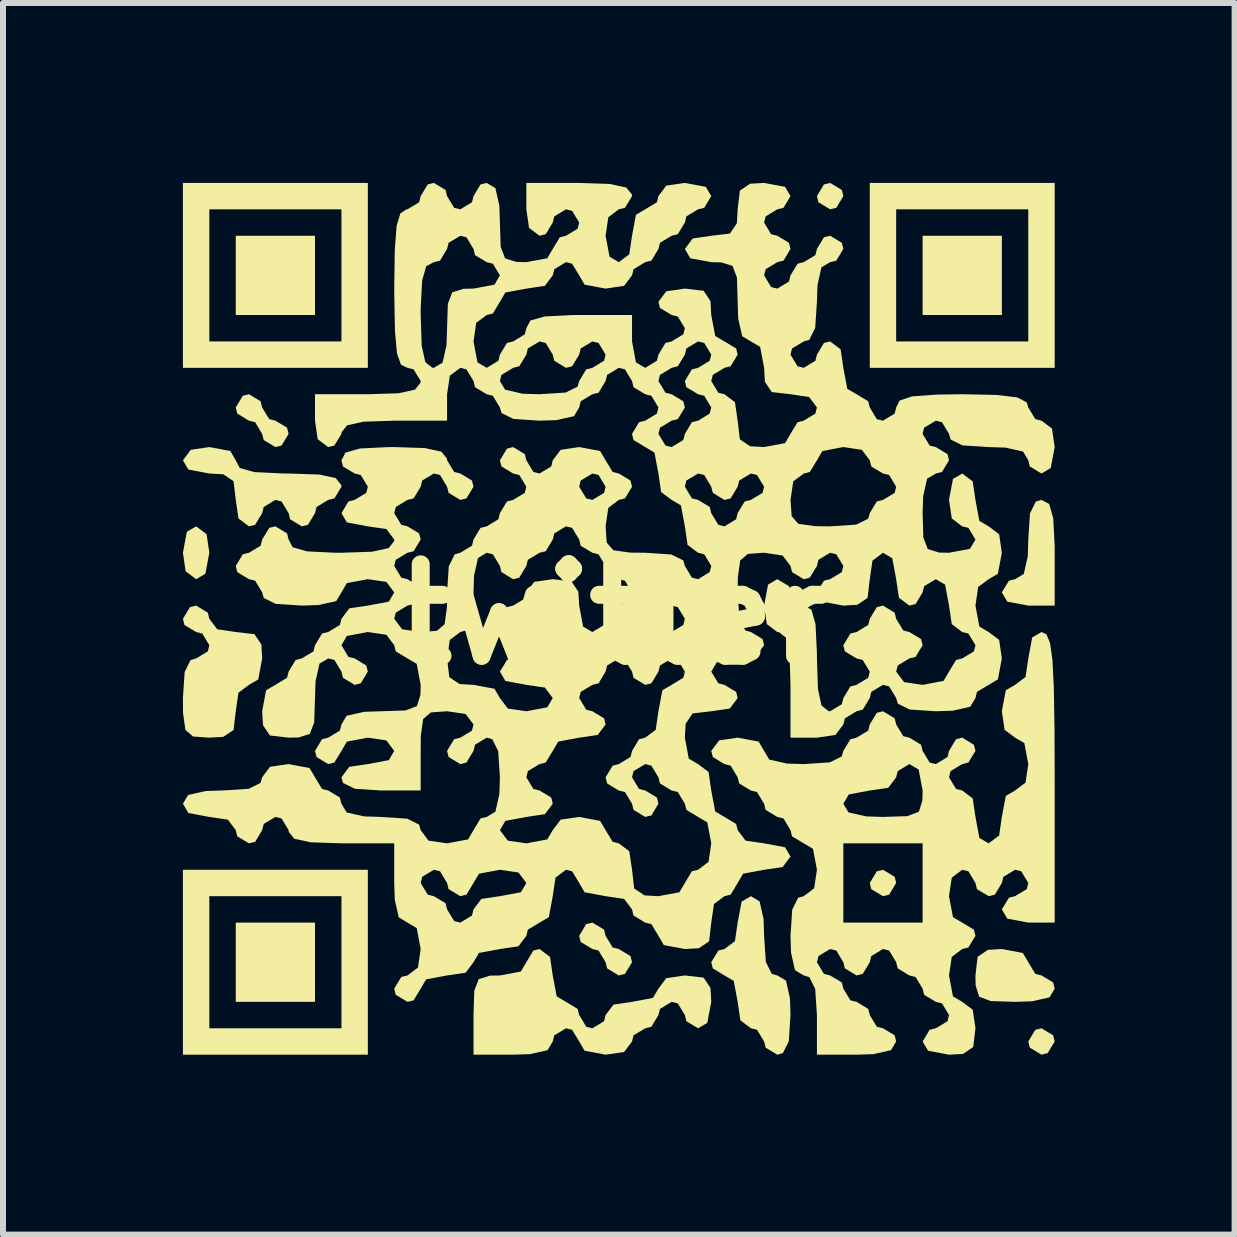
<source format=kicad_pcb>
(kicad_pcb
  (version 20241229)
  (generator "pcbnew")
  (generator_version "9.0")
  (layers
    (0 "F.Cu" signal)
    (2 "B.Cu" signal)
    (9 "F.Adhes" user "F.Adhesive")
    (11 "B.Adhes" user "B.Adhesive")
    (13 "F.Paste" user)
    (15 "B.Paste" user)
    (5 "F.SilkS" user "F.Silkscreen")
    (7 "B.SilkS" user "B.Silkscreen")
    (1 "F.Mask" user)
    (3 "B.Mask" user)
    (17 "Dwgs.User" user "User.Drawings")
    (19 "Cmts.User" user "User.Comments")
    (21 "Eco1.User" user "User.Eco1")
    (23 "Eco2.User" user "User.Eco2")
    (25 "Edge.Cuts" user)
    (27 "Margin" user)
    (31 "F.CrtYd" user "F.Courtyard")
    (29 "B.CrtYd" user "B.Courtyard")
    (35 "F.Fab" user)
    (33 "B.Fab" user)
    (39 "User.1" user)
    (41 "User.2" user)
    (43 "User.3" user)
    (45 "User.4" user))
  (footprint "twitter"
    (layer "F.Cu")
    (at 7.194 7.194)
    (property "Reference" "twitter" (at 0 0 0) (layer "F.SilkS") (effects (font (size 1.524 1.524) (thickness 0.3))))
    (attr board_only exclude_from_pos_files exclude_from_bom)
    (fp_poly (pts (xy -4.992 -4.992) (xy -6.313 -4.992) (xy -6.313 -6.313) (xy -4.992 -6.313)) (stroke (width 0) (type solid)) (fill yes) (layer "F.SilkS"))
    (fp_poly (pts (xy -4.992 6.46) (xy -6.313 6.46) (xy -6.313 5.139) (xy -4.992 5.139)) (stroke (width 0) (type solid)) (fill yes) (layer "F.SilkS"))
    (fp_poly (pts (xy 6.46 -4.992) (xy 5.139 -4.992) (xy 5.139 -6.313) (xy 6.46 -6.313)) (stroke (width 0) (type solid)) (fill yes) (layer "F.SilkS"))
    (fp_poly (pts (xy -6.799 -1.337) (xy -6.754 -1.028) (xy -6.819 -0.678) (xy -6.974 -0.587) (xy -7.149 -0.719) (xy -7.194 -1.028) (xy -7.129 -1.377) (xy -6.974 -1.468)) (stroke (width 0) (type solid)) (fill yes) (layer "F.SilkS"))
    (fp_poly (pts (xy 3.792 -7.077) (xy 3.817 -6.974) (xy 3.7 -6.779) (xy 3.597 -6.754) (xy 3.402 -6.871) (xy 3.377 -6.974) (xy 3.494 -7.169) (xy 3.597 -7.194)) (stroke (width 0) (type solid)) (fill yes) (layer "F.SilkS"))
    (fp_poly (pts (xy 4.673 4.375) (xy 4.698 4.478) (xy 4.581 4.673) (xy 4.478 4.698) (xy 4.283 4.581) (xy 4.258 4.478) (xy 4.375 4.283) (xy 4.478 4.258)) (stroke (width 0) (type solid)) (fill yes) (layer "F.SilkS"))
    (fp_poly (pts (xy 7.315 7.018) (xy 7.341 7.121) (xy 7.224 7.315) (xy 7.121 7.341) (xy 6.926 7.224) (xy 6.901 7.121) (xy 7.018 6.926) (xy 7.121 6.901)) (stroke (width 0) (type solid)) (fill yes) (layer "F.SilkS"))
    (fp_poly (pts (xy -4.111 -4.111) (xy -7.194 -4.111) (xy -7.194 -4.551) (xy -6.754 -4.551) (xy -4.551 -4.551) (xy -4.551 -6.754) (xy -6.754 -6.754) (xy -6.754 -4.551) (xy -7.194 -4.551) (xy -7.194 -7.194) (xy -4.111 -7.194)) (stroke (width 0) (type solid)) (fill yes) (layer "F.SilkS"))
    (fp_poly (pts (xy -4.111 7.341) (xy -7.194 7.341) (xy -7.194 6.901) (xy -6.754 6.901) (xy -4.551 6.901) (xy -4.551 4.698) (xy -6.754 4.698) (xy -6.754 6.901) (xy -7.194 6.901) (xy -7.194 4.258) (xy -4.111 4.258)) (stroke (width 0) (type solid)) (fill yes) (layer "F.SilkS"))
    (fp_poly (pts (xy 7.341 -4.111) (xy 4.258 -4.111) (xy 4.258 -4.551) (xy 4.698 -4.551) (xy 6.901 -4.551) (xy 6.901 -6.754) (xy 4.698 -6.754) (xy 4.698 -4.551) (xy 4.258 -4.551) (xy 4.258 -7.194) (xy 7.341 -7.194)) (stroke (width 0) (type solid)) (fill yes) (layer "F.SilkS"))
    (fp_poly (pts (xy -5.898 -3.553) (xy -5.873 -3.45) (xy -5.755 -3.256) (xy -5.653 -3.23) (xy -5.458 -3.113) (xy -5.432 -3.01) (xy -5.55 -2.815) (xy -5.653 -2.79) (xy -5.847 -2.907) (xy -5.873 -3.01) (xy -5.99 -3.204) (xy -6.093 -3.23) (xy -6.288 -3.348) (xy -6.313 -3.45) (xy -6.196 -3.645) (xy -6.093 -3.671)) (stroke (width 0) (type solid)) (fill yes) (layer "F.SilkS"))
    (fp_poly (pts (xy -0.172 5.256) (xy -0.147 5.359) (xy -0.029 5.554) (xy 0.073 5.579) (xy 0.268 5.697) (xy 0.294 5.799) (xy 0.176 5.994) (xy 0.073 6.02) (xy -0.121 5.902) (xy -0.147 5.799) (xy -0.264 5.605) (xy -0.367 5.579) (xy -0.562 5.462) (xy -0.587 5.359) (xy -0.47 5.164) (xy -0.367 5.139)) (stroke (width 0) (type solid)) (fill yes) (layer "F.SilkS"))
    (fp_poly (pts (xy 6.81 5.645) (xy 6.901 5.799) (xy 7.018 5.994) (xy 7.121 6.02) (xy 7.315 6.137) (xy 7.341 6.24) (xy 7.255 6.385) (xy 6.961 6.451) (xy 6.68 6.46) (xy 6.274 6.447) (xy 6.082 6.374) (xy 6.023 6.186) (xy 6.02 6.02) (xy 6.056 5.708) (xy 6.228 5.593) (xy 6.46 5.579)) (stroke (width 0) (type solid)) (fill yes) (layer "F.SilkS"))
    (fp_poly (pts (xy 7.249 -1.841) (xy 7.317 -1.601) (xy 7.341 -1.134) (xy 7.341 -1.028) (xy 7.341 -0.147) (xy 6.901 -0.147) (xy 6.551 -0.212) (xy 6.46 -0.367) (xy 6.578 -0.562) (xy 6.68 -0.587) (xy 6.826 -0.674) (xy 6.892 -0.968) (xy 6.901 -1.248) (xy 6.929 -1.683) (xy 7.027 -1.882) (xy 7.121 -1.909)) (stroke (width 0) (type solid)) (fill yes) (layer "F.SilkS"))
    (fp_poly (pts (xy 2.421 4.785) (xy 2.487 5.079) (xy 2.496 5.359) (xy 2.525 5.794) (xy 2.623 5.993) (xy 2.716 6.02) (xy 2.861 6.106) (xy 2.927 6.4) (xy 2.936 6.68) (xy 2.908 7.116) (xy 2.81 7.314) (xy 2.716 7.341) (xy 2.522 7.224) (xy 2.496 7.121) (xy 2.378 6.926) (xy 2.276 6.901) (xy 2.101 6.769) (xy 2.055 6.46) (xy 1.99 6.11) (xy 1.835 6.02) (xy 1.641 5.902) (xy 1.615 5.799) (xy 1.733 5.605) (xy 1.835 5.579) (xy 2.01 5.448) (xy 2.055 5.139) (xy 2.121 4.789) (xy 2.276 4.698)) (stroke (width 0) (type solid)) (fill yes) (layer "F.SilkS"))
    (fp_poly (pts (xy -6.779 -0.029) (xy -6.754 0.073) (xy -6.622 0.248) (xy -6.313 0.294) (xy -6.001 0.33) (xy -5.886 0.502) (xy -5.873 0.734) (xy -5.938 1.084) (xy -6.093 1.175) (xy -6.268 1.306) (xy -6.313 1.615) (xy -6.35 1.927) (xy -6.521 2.042) (xy -6.754 2.055) (xy -7.025 2.036) (xy -7.153 1.926) (xy -7.192 1.644) (xy -7.194 1.395) (xy -7.165 0.959) (xy -7.067 0.761) (xy -6.974 0.734) (xy -6.779 0.617) (xy -6.754 0.514) (xy -6.871 0.319) (xy -6.974 0.294) (xy -7.169 0.176) (xy -7.194 0.073) (xy -7.077 -0.121) (xy -6.974 -0.147)) (stroke (width 0) (type solid)) (fill yes) (layer "F.SilkS"))
    (fp_poly (pts (xy -6.404 -2.724) (xy -6.313 -2.569) (xy -6.246 -2.441) (xy -6.006 -2.373) (xy -5.539 -2.35) (xy -5.432 -2.349) (xy -4.921 -2.332) (xy -4.646 -2.272) (xy -4.553 -2.155) (xy -4.551 -2.129) (xy -4.669 -1.934) (xy -4.772 -1.909) (xy -4.966 -1.791) (xy -4.992 -1.688) (xy -5.109 -1.494) (xy -5.212 -1.468) (xy -5.407 -1.586) (xy -5.432 -1.688) (xy -5.55 -1.883) (xy -5.653 -1.909) (xy -5.847 -1.791) (xy -5.873 -1.688) (xy -5.99 -1.494) (xy -6.093 -1.468) (xy -6.268 -1.6) (xy -6.313 -1.909) (xy -6.35 -2.221) (xy -6.521 -2.336) (xy -6.754 -2.349) (xy -7.103 -2.415) (xy -7.194 -2.569) (xy -7.063 -2.744) (xy -6.754 -2.79)) (stroke (width 0) (type solid)) (fill yes) (layer "F.SilkS"))
    (fp_poly (pts (xy -1.073 5.711) (xy -1.028 6.02) (xy -0.962 6.369) (xy -0.808 6.46) (xy -0.613 6.578) (xy -0.587 6.68) (xy -0.47 6.875) (xy -0.367 6.901) (xy -0.172 6.783) (xy -0.147 6.68) (xy -0.015 6.506) (xy 0.294 6.46) (xy 0.643 6.394) (xy 0.734 6.24) (xy 0.865 6.065) (xy 1.175 6.02) (xy 1.487 6.056) (xy 1.602 6.228) (xy 1.615 6.46) (xy 1.549 6.81) (xy 1.395 6.901) (xy 1.2 6.783) (xy 1.175 6.68) (xy 1.057 6.486) (xy 0.954 6.46) (xy 0.76 6.578) (xy 0.734 6.68) (xy 0.617 6.875) (xy 0.514 6.901) (xy 0.319 7.018) (xy 0.294 7.121) (xy 0.162 7.296) (xy -0.147 7.341) (xy -0.497 7.275) (xy -0.587 7.121) (xy -0.705 6.926) (xy -0.808 6.901) (xy -1.002 7.018) (xy -1.028 7.121) (xy -1.114 7.266) (xy -1.408 7.332) (xy -1.688 7.341) (xy -2.349 7.341) (xy -2.349 6.68) (xy -2.336 6.274) (xy -2.263 6.082) (xy -2.075 6.023) (xy -1.909 6.02) (xy -1.559 5.954) (xy -1.468 5.799) (xy -1.351 5.605) (xy -1.248 5.579)) (stroke (width 0) (type solid)) (fill yes) (layer "F.SilkS"))
    (fp_poly (pts (xy 7.203 0.332) (xy 7.263 0.473) (xy 7.303 0.757) (xy 7.327 1.221) (xy 7.338 1.906) (xy 7.341 2.716) (xy 7.341 5.139) (xy 6.901 5.139) (xy 6.551 5.073) (xy 6.46 4.918) (xy 6.578 4.724) (xy 6.68 4.698) (xy 6.875 4.581) (xy 6.901 4.478) (xy 6.783 4.283) (xy 6.68 4.258) (xy 6.486 4.375) (xy 6.46 4.478) (xy 6.343 4.673) (xy 6.24 4.698) (xy 6.045 4.581) (xy 6.02 4.478) (xy 5.902 4.283) (xy 5.799 4.258) (xy 5.625 4.389) (xy 5.579 4.698) (xy 5.645 5.048) (xy 5.799 5.139) (xy 5.994 5.256) (xy 6.02 5.359) (xy 5.902 5.554) (xy 5.799 5.579) (xy 5.625 5.711) (xy 5.579 6.02) (xy 5.645 6.369) (xy 5.799 6.46) (xy 5.974 6.591) (xy 6.02 6.901) (xy 5.983 7.213) (xy 5.812 7.328) (xy 5.579 7.341) (xy 5.23 7.275) (xy 5.139 7.121) (xy 5.256 6.926) (xy 5.359 6.901) (xy 5.554 6.783) (xy 5.579 6.68) (xy 5.462 6.486) (xy 5.359 6.46) (xy 5.164 6.343) (xy 5.139 6.24) (xy 5.021 6.045) (xy 4.918 6.02) (xy 4.724 5.902) (xy 4.698 5.799) (xy 4.581 5.605) (xy 4.478 5.579) (xy 4.283 5.697) (xy 4.258 5.799) (xy 4.14 5.994) (xy 4.038 6.02) (xy 3.843 5.902) (xy 3.817 5.799) (xy 3.7 5.605) (xy 3.597 5.579) (xy 3.402 5.697) (xy 3.377 5.799) (xy 3.494 5.994) (xy 3.597 6.02) (xy 3.792 6.137) (xy 3.817 6.24) (xy 3.935 6.435) (xy 4.038 6.46) (xy 4.232 6.578) (xy 4.258 6.68) (xy 4.375 6.875) (xy 4.478 6.901) (xy 4.673 7.018) (xy 4.698 7.121) (xy 4.612 7.266) (xy 4.318 7.332) (xy 4.038 7.341) (xy 3.377 7.341) (xy 3.377 6.68) (xy 3.348 6.245) (xy 3.25 6.047) (xy 3.157 6.02) (xy 3.011 5.933) (xy 2.945 5.639) (xy 2.936 5.359) (xy 2.951 5.139) (xy 3.817 5.139) (xy 5.139 5.139) (xy 5.139 3.817) (xy 3.817 3.817) (xy 3.817 5.139) (xy 2.951 5.139) (xy 2.965 4.923) (xy 3.063 4.725) (xy 3.157 4.698) (xy 3.331 4.567) (xy 3.377 4.258) (xy 3.311 3.908) (xy 3.157 3.817) (xy 2.962 3.7) (xy 2.936 3.597) (xy 2.819 3.402) (xy 2.716 3.377) (xy 2.522 3.259) (xy 2.496 3.157) (xy 3.817 3.157) (xy 3.904 3.302) (xy 4.198 3.368) (xy 4.478 3.377) (xy 4.884 3.364) (xy 5.077 3.29) (xy 5.135 3.103) (xy 5.139 2.936) (xy 5.073 2.587) (xy 4.918 2.496) (xy 4.724 2.613) (xy 4.698 2.716) (xy 4.567 2.891) (xy 4.258 2.936) (xy 3.908 3.002) (xy 3.817 3.157) (xy 2.496 3.157) (xy 2.378 2.962) (xy 2.276 2.936) (xy 2.081 2.819) (xy 2.055 2.716) (xy 1.938 2.522) (xy 1.835 2.496) (xy 1.641 2.378) (xy 1.615 2.276) (xy 1.746 2.101) (xy 2.055 2.055) (xy 2.405 2.121) (xy 2.496 2.276) (xy 2.582 2.421) (xy 2.876 2.487) (xy 3.157 2.496) (xy 3.592 2.467) (xy 3.79 2.369) (xy 3.817 2.276) (xy 3.935 2.081) (xy 4.038 2.055) (xy 4.232 1.938) (xy 4.258 1.835) (xy 4.375 1.641) (xy 4.478 1.615) (xy 4.673 1.733) (xy 4.698 1.835) (xy 4.816 2.03) (xy 4.918 2.055) (xy 5.113 2.173) (xy 5.139 2.276) (xy 5.256 2.47) (xy 5.359 2.496) (xy 5.554 2.378) (xy 5.579 2.276) (xy 5.697 2.081) (xy 5.799 2.055) (xy 5.994 2.173) (xy 6.02 2.276) (xy 5.902 2.47) (xy 5.799 2.496) (xy 5.605 2.613) (xy 5.579 2.716) (xy 5.697 2.911) (xy 5.799 2.936) (xy 5.974 3.068) (xy 6.02 3.377) (xy 6.085 3.727) (xy 6.24 3.817) (xy 6.415 3.686) (xy 6.46 3.377) (xy 6.526 3.027) (xy 6.68 2.936) (xy 6.855 2.805) (xy 6.901 2.496) (xy 6.835 2.146) (xy 6.68 2.055) (xy 6.506 1.924) (xy 6.46 1.615) (xy 6.526 1.265) (xy 6.68 1.175) (xy 6.855 1.043) (xy 6.901 0.734) (xy 6.966 0.384) (xy 7.121 0.294)) (stroke (width 0) (type solid)) (fill yes) (layer "F.SilkS"))
    (fp_poly (pts (xy -0.076 -7.177) (xy 0.199 -7.117) (xy 0.292 -7.001) (xy 0.294 -6.974) (xy 0.176 -6.779) (xy 0.073 -6.754) (xy -0.101 -6.622) (xy -0.147 -6.313) (xy -0.081 -5.964) (xy 0.073 -5.873) (xy 0.248 -6.004) (xy 0.294 -6.313) (xy 0.359 -6.663) (xy 0.514 -6.754) (xy 0.709 -6.871) (xy 0.734 -6.974) (xy 0.865 -7.149) (xy 1.175 -7.194) (xy 1.524 -7.129) (xy 1.615 -6.974) (xy 1.498 -6.779) (xy 1.395 -6.754) (xy 1.2 -6.636) (xy 1.175 -6.534) (xy 1.057 -6.339) (xy 0.954 -6.313) (xy 0.76 -6.196) (xy 0.734 -6.093) (xy 0.617 -5.898) (xy 0.514 -5.873) (xy 0.319 -5.755) (xy 0.294 -5.653) (xy 0.162 -5.478) (xy -0.147 -5.432) (xy -0.497 -5.498) (xy -0.587 -5.653) (xy -0.705 -5.847) (xy -0.808 -5.873) (xy -1.002 -5.755) (xy -1.028 -5.653) (xy -1.159 -5.478) (xy -1.468 -5.432) (xy -1.818 -5.367) (xy -1.909 -5.212) (xy -2.026 -5.017) (xy -2.129 -4.992) (xy -2.304 -4.861) (xy -2.349 -4.551) (xy -2.283 -4.202) (xy -2.129 -4.111) (xy -1.934 -4.229) (xy -1.909 -4.331) (xy -1.791 -4.526) (xy -1.688 -4.551) (xy -1.494 -4.669) (xy -1.468 -4.772) (xy -1.401 -4.9) (xy -1.161 -4.968) (xy -0.693 -4.991) (xy -0.587 -4.992) (xy 0.294 -4.992) (xy 0.294 -4.551) (xy 0.359 -4.202) (xy 0.514 -4.111) (xy 0.709 -4.229) (xy 0.734 -4.331) (xy 0.852 -4.526) (xy 0.954 -4.551) (xy 1.149 -4.669) (xy 1.175 -4.772) (xy 1.057 -4.966) (xy 0.954 -4.992) (xy 0.76 -5.109) (xy 0.734 -5.212) (xy 0.865 -5.387) (xy 1.175 -5.432) (xy 1.487 -5.396) (xy 1.602 -5.224) (xy 1.615 -4.992) (xy 1.681 -4.642) (xy 1.835 -4.551) (xy 2.03 -4.434) (xy 2.055 -4.331) (xy 1.938 -4.137) (xy 1.835 -4.111) (xy 1.641 -3.993) (xy 1.615 -3.891) (xy 1.733 -3.696) (xy 1.835 -3.671) (xy 2.01 -3.539) (xy 2.055 -3.23) (xy 2.092 -2.918) (xy 2.263 -2.803) (xy 2.496 -2.79) (xy 2.846 -2.855) (xy 2.936 -3.01) (xy 3.054 -3.204) (xy 3.157 -3.23) (xy 3.351 -3.348) (xy 3.377 -3.45) (xy 3.246 -3.625) (xy 2.936 -3.671) (xy 2.624 -3.707) (xy 2.509 -3.879) (xy 2.496 -4.111) (xy 2.43 -4.461) (xy 2.276 -4.551) (xy 2.131 -4.638) (xy 2.064 -4.932) (xy 2.055 -5.212) (xy 2.043 -5.618) (xy 1.969 -5.811) (xy 1.781 -5.869) (xy 1.615 -5.873) (xy 1.265 -5.938) (xy 1.175 -6.093) (xy 1.306 -6.268) (xy 1.615 -6.313) (xy 1.927 -6.35) (xy 2.042 -6.521) (xy 2.055 -6.754) (xy 2.092 -7.066) (xy 2.263 -7.181) (xy 2.496 -7.194) (xy 2.846 -7.129) (xy 2.936 -6.974) (xy 2.819 -6.779) (xy 2.716 -6.754) (xy 2.522 -6.636) (xy 2.496 -6.534) (xy 2.613 -6.339) (xy 2.716 -6.313) (xy 2.911 -6.196) (xy 2.936 -6.093) (xy 2.819 -5.898) (xy 2.716 -5.873) (xy 2.522 -5.755) (xy 2.496 -5.653) (xy 2.613 -5.458) (xy 2.716 -5.432) (xy 2.911 -5.55) (xy 2.936 -5.653) (xy 3.054 -5.847) (xy 3.157 -5.873) (xy 3.351 -5.99) (xy 3.377 -6.093) (xy 3.494 -6.288) (xy 3.597 -6.313) (xy 3.792 -6.196) (xy 3.817 -6.093) (xy 3.7 -5.898) (xy 3.597 -5.873) (xy 3.452 -5.786) (xy 3.386 -5.492) (xy 3.377 -5.212) (xy 3.348 -4.777) (xy 3.25 -4.578) (xy 3.157 -4.551) (xy 2.962 -4.434) (xy 2.936 -4.331) (xy 3.054 -4.137) (xy 3.157 -4.111) (xy 3.351 -4.229) (xy 3.377 -4.331) (xy 3.494 -4.526) (xy 3.597 -4.551) (xy 3.772 -4.42) (xy 3.817 -4.111) (xy 3.883 -3.761) (xy 4.038 -3.671) (xy 4.232 -3.553) (xy 4.258 -3.45) (xy 4.375 -3.256) (xy 4.478 -3.23) (xy 4.673 -3.348) (xy 4.698 -3.45) (xy 4.756 -3.566) (xy 4.964 -3.635) (xy 5.377 -3.665) (xy 5.799 -3.671) (xy 6.38 -3.659) (xy 6.721 -3.617) (xy 6.875 -3.535) (xy 6.901 -3.45) (xy 7.018 -3.256) (xy 7.121 -3.23) (xy 7.296 -3.099) (xy 7.341 -2.79) (xy 7.275 -2.44) (xy 7.121 -2.349) (xy 6.926 -2.467) (xy 6.901 -2.569) (xy 6.814 -2.715) (xy 6.52 -2.781) (xy 6.24 -2.79) (xy 5.804 -2.818) (xy 5.606 -2.916) (xy 5.579 -3.01) (xy 5.462 -3.204) (xy 5.359 -3.23) (xy 5.164 -3.113) (xy 5.139 -3.01) (xy 5.256 -2.815) (xy 5.359 -2.79) (xy 5.554 -2.672) (xy 5.579 -2.569) (xy 5.462 -2.375) (xy 5.359 -2.349) (xy 5.214 -2.263) (xy 5.148 -1.969) (xy 5.139 -1.688) (xy 5.151 -1.282) (xy 5.225 -1.09) (xy 5.413 -1.031) (xy 5.579 -1.028) (xy 5.929 -1.093) (xy 6.02 -1.248) (xy 5.902 -1.443) (xy 5.799 -1.468) (xy 5.625 -1.6) (xy 5.579 -1.909) (xy 5.645 -2.258) (xy 5.799 -2.349) (xy 5.974 -2.218) (xy 6.02 -1.909) (xy 6.085 -1.559) (xy 6.24 -1.468) (xy 6.415 -1.337) (xy 6.46 -1.028) (xy 6.394 -0.678) (xy 6.24 -0.587) (xy 6.065 -0.456) (xy 6.02 -0.147) (xy 6.085 0.203) (xy 6.24 0.294) (xy 6.415 0.425) (xy 6.46 0.734) (xy 6.394 1.084) (xy 6.24 1.175) (xy 6.045 1.292) (xy 6.02 1.395) (xy 5.933 1.54) (xy 5.639 1.606) (xy 5.359 1.615) (xy 4.923 1.586) (xy 4.725 1.488) (xy 4.698 1.395) (xy 4.581 1.2) (xy 4.478 1.175) (xy 4.283 1.292) (xy 4.258 1.395) (xy 4.14 1.589) (xy 4.038 1.615) (xy 3.843 1.733) (xy 3.817 1.835) (xy 3.686 2.01) (xy 3.377 2.055) (xy 2.936 2.055) (xy 2.936 1.175) (xy 2.92 0.663) (xy 2.86 0.388) (xy 2.743 0.295) (xy 2.716 0.294) (xy 2.541 0.162) (xy 2.496 -0.147) (xy 2.562 -0.497) (xy 2.716 -0.587) (xy 2.911 -0.47) (xy 2.936 -0.367) (xy 3.054 -0.172) (xy 3.157 -0.147) (xy 3.285 -0.079) (xy 3.353 0.161) (xy 3.376 0.628) (xy 3.377 0.734) (xy 3.394 1.246) (xy 3.454 1.52) (xy 3.571 1.613) (xy 3.597 1.615) (xy 3.792 1.498) (xy 3.817 1.395) (xy 3.935 1.2) (xy 4.038 1.175) (xy 4.232 1.057) (xy 4.258 0.954) (xy 4.14 0.76) (xy 4.038 0.734) (xy 3.843 0.617) (xy 3.817 0.514) (xy 3.935 0.319) (xy 4.038 0.294) (xy 4.232 0.176) (xy 4.258 0.073) (xy 4.375 -0.121) (xy 4.478 -0.147) (xy 4.673 -0.029) (xy 4.698 0.073) (xy 4.816 0.268) (xy 4.918 0.294) (xy 5.113 0.411) (xy 5.139 0.514) (xy 5.021 0.709) (xy 4.918 0.734) (xy 4.724 0.852) (xy 4.698 0.954) (xy 4.83 1.129) (xy 5.139 1.175) (xy 5.488 1.109) (xy 5.579 0.954) (xy 5.697 0.76) (xy 5.799 0.734) (xy 5.994 0.617) (xy 6.02 0.514) (xy 5.902 0.319) (xy 5.799 0.294) (xy 5.625 0.162) (xy 5.579 -0.147) (xy 5.514 -0.497) (xy 5.359 -0.587) (xy 5.164 -0.47) (xy 5.139 -0.367) (xy 5.021 -0.172) (xy 4.918 -0.147) (xy 4.744 -0.278) (xy 4.698 -0.587) (xy 4.633 -0.937) (xy 4.478 -1.028) (xy 4.303 -0.896) (xy 4.258 -0.587) (xy 4.221 -0.275) (xy 4.05 -0.16) (xy 3.817 -0.147) (xy 3.468 -0.212) (xy 3.377 -0.367) (xy 3.494 -0.562) (xy 3.597 -0.587) (xy 3.792 -0.705) (xy 3.817 -0.808) (xy 3.7 -1.002) (xy 3.597 -1.028) (xy 3.402 -0.91) (xy 3.377 -0.808) (xy 3.259 -0.613) (xy 3.157 -0.587) (xy 2.962 -0.705) (xy 2.936 -0.808) (xy 2.805 -0.982) (xy 2.496 -1.028) (xy 2.225 -1.009) (xy 2.097 -0.898) (xy 2.058 -0.616) (xy 2.055 -0.367) (xy 2.084 0.068) (xy 2.182 0.267) (xy 2.276 0.294) (xy 2.47 0.411) (xy 2.496 0.514) (xy 2.365 0.689) (xy 2.055 0.734) (xy 1.706 0.8) (xy 1.615 0.954) (xy 1.733 1.149) (xy 1.835 1.175) (xy 2.03 1.292) (xy 2.055 1.395) (xy 1.924 1.57) (xy 1.615 1.615) (xy 1.303 1.651) (xy 1.188 1.823) (xy 1.175 2.055) (xy 1.24 2.405) (xy 1.395 2.496) (xy 1.57 2.627) (xy 1.615 2.936) (xy 1.681 3.286) (xy 1.835 3.377) (xy 2.03 3.494) (xy 2.055 3.597) (xy 2.187 3.772) (xy 2.496 3.817) (xy 2.846 3.883) (xy 2.936 4.038) (xy 2.805 4.212) (xy 2.496 4.258) (xy 2.146 4.323) (xy 2.055 4.478) (xy 1.938 4.673) (xy 1.835 4.698) (xy 1.66 4.83) (xy 1.615 5.139) (xy 1.579 5.451) (xy 1.407 5.566) (xy 1.175 5.579) (xy 0.825 5.514) (xy 0.734 5.359) (xy 0.617 5.164) (xy 0.514 5.139) (xy 0.319 5.021) (xy 0.294 4.918) (xy 0.162 4.744) (xy -0.147 4.698) (xy -0.497 4.633) (xy -0.587 4.478) (xy -0.705 4.283) (xy -0.808 4.258) (xy -0.982 4.389) (xy -1.028 4.698) (xy -1.093 5.048) (xy -1.248 5.139) (xy -1.443 5.256) (xy -1.468 5.359) (xy -1.6 5.534) (xy -1.909 5.579) (xy -2.258 5.645) (xy -2.349 5.799) (xy -2.48 5.974) (xy -2.79 6.02) (xy -3.139 6.085) (xy -3.23 6.24) (xy -3.348 6.435) (xy -3.45 6.46) (xy -3.645 6.343) (xy -3.671 6.24) (xy -3.553 6.045) (xy -3.45 6.02) (xy -3.275 5.888) (xy -3.23 5.579) (xy -3.296 5.23) (xy -3.45 5.139) (xy -3.595 5.052) (xy -3.662 4.758) (xy -3.671 4.478) (xy -3.23 4.478) (xy -3.113 4.673) (xy -3.01 4.698) (xy -2.815 4.816) (xy -2.79 4.918) (xy -2.672 5.113) (xy -2.569 5.139) (xy -2.375 5.021) (xy -2.349 4.918) (xy -2.218 4.744) (xy -1.909 4.698) (xy -1.559 4.633) (xy -1.468 4.478) (xy -1.6 4.303) (xy -1.909 4.258) (xy -2.258 4.323) (xy -2.349 4.478) (xy -2.467 4.673) (xy -2.569 4.698) (xy -2.764 4.581) (xy -2.79 4.478) (xy -2.907 4.283) (xy -3.01 4.258) (xy -3.204 4.375) (xy -3.23 4.478) (xy -3.671 4.478) (xy -3.671 3.817) (xy -4.551 3.817) (xy -5.063 3.8) (xy -5.338 3.74) (xy -5.431 3.624) (xy -5.432 3.597) (xy -5.55 3.402) (xy -5.653 3.377) (xy -5.847 3.494) (xy -5.873 3.597) (xy -5.99 3.792) (xy -6.093 3.817) (xy -6.288 3.7) (xy -6.313 3.597) (xy -6.445 3.422) (xy -6.754 3.377) (xy -7.103 3.311) (xy -7.194 3.157) (xy -7.108 3.011) (xy -6.814 2.945) (xy -6.534 2.936) (xy -6.098 2.908) (xy -5.9 2.81) (xy -5.873 2.716) (xy -5.742 2.541) (xy -5.432 2.496) (xy -5.083 2.562) (xy -4.992 2.716) (xy -4.874 2.911) (xy -4.772 2.936) (xy -4.577 3.054) (xy -4.551 3.157) (xy -4.465 3.302) (xy -4.171 3.368) (xy -3.891 3.377) (xy -3.455 3.406) (xy -3.257 3.504) (xy -3.23 3.597) (xy -3.099 3.772) (xy -2.79 3.817) (xy -2.44 3.752) (xy -2.349 3.597) (xy -1.909 3.597) (xy -1.777 3.772) (xy -1.468 3.817) (xy -1.119 3.752) (xy -1.028 3.597) (xy -0.896 3.422) (xy -0.587 3.377) (xy -0.238 3.443) (xy -0.147 3.597) (xy -0.029 3.792) (xy 0.073 3.817) (xy 0.248 3.949) (xy 0.294 4.258) (xy 0.33 4.57) (xy 0.502 4.685) (xy 0.734 4.698) (xy 1.084 4.633) (xy 1.175 4.478) (xy 1.292 4.283) (xy 1.395 4.258) (xy 1.57 4.126) (xy 1.615 3.817) (xy 1.549 3.468) (xy 1.395 3.377) (xy 1.2 3.259) (xy 1.175 3.157) (xy 1.057 2.962) (xy 0.954 2.936) (xy 0.76 2.819) (xy 0.734 2.716) (xy 0.617 2.522) (xy 0.514 2.496) (xy 0.319 2.613) (xy 0.294 2.716) (xy 0.411 2.911) (xy 0.514 2.936) (xy 0.709 3.054) (xy 0.734 3.157) (xy 0.617 3.351) (xy 0.514 3.377) (xy 0.319 3.259) (xy 0.294 3.157) (xy 0.176 2.962) (xy 0.073 2.936) (xy -0.121 2.819) (xy -0.147 2.716) (xy -0.029 2.522) (xy 0.073 2.496) (xy 0.268 2.378) (xy 0.294 2.276) (xy 0.411 2.081) (xy 0.514 2.055) (xy 0.689 1.924) (xy 0.734 1.615) (xy 0.8 1.265) (xy 0.954 1.175) (xy 1.149 1.057) (xy 1.175 0.954) (xy 1.057 0.76) (xy 0.954 0.734) (xy 0.76 0.852) (xy 0.734 0.954) (xy 0.617 1.149) (xy 0.514 1.175) (xy 0.319 1.057) (xy 0.294 0.954) (xy 0.176 0.76) (xy 0.073 0.734) (xy -0.121 0.852) (xy -0.147 0.954) (xy -0.264 1.149) (xy -0.367 1.175) (xy -0.562 1.292) (xy -0.587 1.395) (xy -0.47 1.589) (xy -0.367 1.615) (xy -0.172 1.733) (xy -0.147 1.835) (xy -0.278 2.01) (xy -0.587 2.055) (xy -0.937 2.121) (xy -1.028 2.276) (xy -1.145 2.47) (xy -1.248 2.496) (xy -1.443 2.613) (xy -1.468 2.716) (xy -1.351 2.911) (xy -1.248 2.936) (xy -1.053 3.054) (xy -1.028 3.157) (xy -1.159 3.331) (xy -1.468 3.377) (xy -1.818 3.443) (xy -1.909 3.597) (xy -2.349 3.597) (xy -2.232 3.402) (xy -2.129 3.377) (xy -1.984 3.29) (xy -1.918 2.996) (xy -1.909 2.716) (xy -1.937 2.281) (xy -2.035 2.082) (xy -2.129 2.055) (xy -2.324 2.173) (xy -2.349 2.276) (xy -2.467 2.47) (xy -2.569 2.496) (xy -2.764 2.378) (xy -2.79 2.276) (xy -2.672 2.081) (xy -2.569 2.055) (xy -2.375 1.938) (xy -2.349 1.835) (xy -2.48 1.66) (xy -2.79 1.615) (xy -3.06 1.634) (xy -3.189 1.745) (xy -3.228 2.026) (xy -3.23 2.276) (xy -3.23 2.936) (xy -3.891 2.936) (xy -4.326 2.908) (xy -4.525 2.81) (xy -4.551 2.716) (xy -4.42 2.541) (xy -4.111 2.496) (xy -3.761 2.43) (xy -3.671 2.276) (xy -3.802 2.101) (xy -4.111 2.055) (xy -4.461 2.121) (xy -4.551 2.276) (xy -4.669 2.47) (xy -4.772 2.496) (xy -4.966 2.378) (xy -4.992 2.276) (xy -4.874 2.081) (xy -4.772 2.055) (xy -4.577 1.938) (xy -4.551 1.835) (xy -4.465 1.69) (xy -4.171 1.624) (xy -3.891 1.615) (xy -3.484 1.602) (xy -3.292 1.529) (xy -3.234 1.341) (xy -3.23 1.175) (xy -3.296 0.825) (xy -3.45 0.734) (xy -2.79 0.734) (xy -2.753 1.046) (xy -2.582 1.161) (xy -2.349 1.175) (xy -1.999 1.24) (xy -1.909 1.395) (xy -1.777 1.57) (xy -1.468 1.615) (xy -1.119 1.549) (xy -1.028 1.395) (xy -1.159 1.22) (xy -1.468 1.175) (xy -1.818 1.109) (xy -1.909 0.954) (xy -1.791 0.76) (xy -1.688 0.734) (xy -1.494 0.617) (xy -1.468 0.514) (xy -1.586 0.319) (xy -1.688 0.294) (xy -1.883 0.176) (xy -1.909 0.073) (xy -1.791 -0.121) (xy -1.688 -0.147) (xy -1.494 -0.264) (xy -1.468 -0.367) (xy -1.337 -0.542) (xy -1.028 -0.587) (xy -0.716 -0.551) (xy -0.601 -0.379) (xy -0.587 -0.147) (xy -0.522 0.203) (xy -0.367 0.294) (xy -0.172 0.176) (xy -0.147 0.073) (xy 0.734 0.073) (xy 0.852 0.268) (xy 0.954 0.294) (xy 1.149 0.176) (xy 1.175 0.073) (xy 1.057 -0.121) (xy 0.954 -0.147) (xy 0.76 -0.029) (xy 0.734 0.073) (xy -0.147 0.073) (xy -0.029 -0.121) (xy 0.073 -0.147) (xy 0.268 -0.264) (xy 0.294 -0.367) (xy 0.176 -0.562) (xy 0.073 -0.587) (xy -0.121 -0.705) (xy -0.147 -0.808) (xy -0.264 -1.002) (xy -0.367 -1.028) (xy -0.562 -1.145) (xy -0.587 -1.248) (xy -0.705 -1.443) (xy -0.808 -1.468) (xy -1.002 -1.351) (xy -1.028 -1.248) (xy -1.145 -1.053) (xy -1.248 -1.028) (xy -1.443 -0.91) (xy -1.468 -0.808) (xy -1.586 -0.613) (xy -1.688 -0.587) (xy -1.883 -0.705) (xy -1.909 -0.808) (xy -2.026 -1.002) (xy -2.129 -1.028) (xy -2.274 -0.941) (xy -2.34 -0.647) (xy -2.349 -0.367) (xy -2.378 0.068) (xy -2.476 0.267) (xy -2.569 0.294) (xy -2.744 0.425) (xy -2.79 0.734) (xy -3.45 0.734) (xy -3.645 0.617) (xy -3.671 0.514) (xy -3.802 0.339) (xy -4.111 0.294) (xy -4.461 0.359) (xy -4.551 0.514) (xy -4.434 0.709) (xy -4.331 0.734) (xy -4.137 0.852) (xy -4.111 0.954) (xy -4.229 1.149) (xy -4.331 1.175) (xy -4.526 1.057) (xy -4.551 0.954) (xy -4.669 0.76) (xy -4.772 0.734) (xy -4.917 0.821) (xy -4.983 1.115) (xy -4.992 1.395) (xy -5.005 1.801) (xy -5.078 1.993) (xy -5.266 2.052) (xy -5.432 2.055) (xy -5.744 2.019) (xy -5.859 1.848) (xy -5.873 1.615) (xy -5.807 1.265) (xy -5.653 1.175) (xy -5.458 1.057) (xy -5.432 0.954) (xy -5.315 0.76) (xy -5.212 0.734) (xy -5.017 0.617) (xy -4.992 0.514) (xy -4.874 0.319) (xy -4.772 0.294) (xy -4.577 0.176) (xy -4.551 0.073) (xy -4.42 -0.101) (xy -4.111 -0.147) (xy -3.761 -0.212) (xy -3.671 -0.367) (xy -3.802 -0.542) (xy -4.111 -0.587) (xy -4.461 -0.522) (xy -4.551 -0.367) (xy -4.638 -0.222) (xy -4.932 -0.156) (xy -5.212 -0.147) (xy -5.648 -0.176) (xy -5.846 -0.274) (xy -5.873 -0.367) (xy -5.99 -0.562) (xy -6.093 -0.587) (xy -6.288 -0.705) (xy -6.313 -0.808) (xy -6.196 -1.002) (xy -6.093 -1.028) (xy -5.898 -1.145) (xy -5.873 -1.248) (xy -5.755 -1.443) (xy -5.653 -1.468) (xy -5.458 -1.351) (xy -5.432 -1.248) (xy -5.365 -1.12) (xy -5.125 -1.051) (xy -4.658 -1.028) (xy -4.551 -1.028) (xy -4.04 -1.045) (xy -3.765 -1.105) (xy -3.672 -1.221) (xy -3.671 -1.248) (xy -3.802 -1.423) (xy -4.111 -1.468) (xy -4.461 -1.534) (xy -4.551 -1.688) (xy -4.434 -1.883) (xy -4.331 -1.909) (xy -4.137 -2.026) (xy -4.111 -2.129) (xy -4.229 -2.324) (xy -4.331 -2.349) (xy -4.526 -2.467) (xy -4.551 -2.569) (xy -4.484 -2.697) (xy -4.244 -2.766) (xy -3.777 -2.789) (xy -3.671 -2.79) (xy -3.159 -2.773) (xy -2.884 -2.713) (xy -2.791 -2.596) (xy -2.79 -2.569) (xy -2.672 -2.375) (xy -2.569 -2.349) (xy -2.375 -2.232) (xy -2.349 -2.129) (xy -2.467 -1.934) (xy -2.569 -1.909) (xy -2.764 -2.026) (xy -2.79 -2.129) (xy -2.907 -2.324) (xy -3.01 -2.349) (xy -3.204 -2.232) (xy -3.23 -2.129) (xy -3.348 -1.934) (xy -3.45 -1.909) (xy -3.645 -1.791) (xy -3.671 -1.688) (xy -3.553 -1.494) (xy -3.45 -1.468) (xy -3.256 -1.351) (xy -3.23 -1.248) (xy -3.348 -1.053) (xy -3.45 -1.028) (xy -3.645 -0.91) (xy -3.671 -0.808) (xy -3.553 -0.613) (xy -3.45 -0.587) (xy -3.256 -0.47) (xy -3.23 -0.367) (xy -3.348 -0.172) (xy -3.45 -0.147) (xy -3.645 -0.029) (xy -3.671 0.073) (xy -3.539 0.248) (xy -3.23 0.294) (xy -2.959 0.274) (xy -2.831 0.164) (xy -2.792 -0.118) (xy -2.79 -0.367) (xy -2.761 -0.803) (xy -2.663 -1.001) (xy -2.569 -1.028) (xy -2.375 -1.145) (xy -2.349 -1.248) (xy -2.232 -1.443) (xy -2.129 -1.468) (xy -1.934 -1.586) (xy -1.909 -1.688) (xy -1.791 -1.883) (xy -1.688 -1.909) (xy -1.494 -2.026) (xy -1.468 -2.129) (xy -0.587 -2.129) (xy -0.47 -1.934) (xy -0.367 -1.909) (xy -0.172 -2.026) (xy -0.147 -2.129) (xy -0.264 -2.324) (xy -0.367 -2.349) (xy -0.562 -2.232) (xy -0.587 -2.129) (xy -1.468 -2.129) (xy -1.586 -2.324) (xy -1.688 -2.349) (xy -1.883 -2.467) (xy -1.909 -2.569) (xy -1.791 -2.764) (xy -1.688 -2.79) (xy -1.494 -2.672) (xy -1.468 -2.569) (xy -1.351 -2.375) (xy -1.248 -2.349) (xy -1.053 -2.467) (xy -1.028 -2.569) (xy -0.896 -2.744) (xy -0.587 -2.79) (xy -0.238 -2.724) (xy -0.147 -2.569) (xy -0.029 -2.375) (xy 0.073 -2.349) (xy 0.268 -2.232) (xy 0.294 -2.129) (xy 0.176 -1.934) (xy 0.073 -1.909) (xy -0.101 -1.777) (xy -0.147 -1.468) (xy -0.128 -1.197) (xy -0.017 -1.069) (xy 0.265 -1.03) (xy 0.514 -1.028) (xy 0.949 -0.999) (xy 1.148 -0.901) (xy 1.175 -0.808) (xy 1.292 -0.613) (xy 1.395 -0.587) (xy 1.589 -0.705) (xy 1.615 -0.808) (xy 1.498 -1.002) (xy 1.395 -1.028) (xy 1.22 -1.159) (xy 1.175 -1.468) (xy 1.109 -1.818) (xy 0.954 -1.909) (xy 0.779 -2.04) (xy 0.766 -2.129) (xy 1.175 -2.129) (xy 1.292 -1.934) (xy 1.395 -1.909) (xy 1.589 -1.791) (xy 1.615 -1.688) (xy 1.733 -1.494) (xy 1.835 -1.468) (xy 2.03 -1.586) (xy 2.055 -1.688) (xy 2.173 -1.883) (xy 2.276 -1.909) (xy 2.936 -1.909) (xy 2.956 -1.638) (xy 3.066 -1.51) (xy 3.348 -1.471) (xy 3.597 -1.468) (xy 4.033 -1.497) (xy 4.231 -1.595) (xy 4.258 -1.688) (xy 4.375 -1.883) (xy 4.478 -1.909) (xy 4.673 -2.026) (xy 4.698 -2.129) (xy 4.581 -2.324) (xy 4.478 -2.349) (xy 4.283 -2.467) (xy 4.258 -2.569) (xy 4.126 -2.744) (xy 3.817 -2.79) (xy 3.468 -2.724) (xy 3.377 -2.569) (xy 3.259 -2.375) (xy 3.157 -2.349) (xy 2.982 -2.218) (xy 2.936 -1.909) (xy 2.276 -1.909) (xy 2.47 -2.026) (xy 2.496 -2.129) (xy 2.378 -2.324) (xy 2.276 -2.349) (xy 2.081 -2.232) (xy 2.055 -2.129) (xy 1.938 -1.934) (xy 1.835 -1.909) (xy 1.641 -2.026) (xy 1.615 -2.129) (xy 1.498 -2.324) (xy 1.395 -2.349) (xy 1.2 -2.232) (xy 1.175 -2.129) (xy 0.766 -2.129) (xy 0.734 -2.349) (xy 0.668 -2.699) (xy 0.514 -2.79) (xy 0.319 -2.907) (xy 0.294 -3.01) (xy 0.734 -3.01) (xy 0.852 -2.815) (xy 0.954 -2.79) (xy 1.149 -2.907) (xy 1.175 -3.01) (xy 1.292 -3.204) (xy 1.395 -3.23) (xy 1.589 -3.348) (xy 1.615 -3.45) (xy 1.498 -3.645) (xy 1.395 -3.671) (xy 1.2 -3.788) (xy 1.175 -3.891) (xy 1.292 -4.085) (xy 1.395 -4.111) (xy 1.589 -4.229) (xy 1.615 -4.331) (xy 1.498 -4.526) (xy 1.395 -4.551) (xy 1.2 -4.434) (xy 1.175 -4.331) (xy 1.057 -4.137) (xy 0.954 -4.111) (xy 0.76 -3.993) (xy 0.734 -3.891) (xy 0.852 -3.696) (xy 0.954 -3.671) (xy 1.149 -3.553) (xy 1.175 -3.45) (xy 1.057 -3.256) (xy 0.954 -3.23) (xy 0.76 -3.113) (xy 0.734 -3.01) (xy 0.294 -3.01) (xy 0.411 -3.204) (xy 0.514 -3.23) (xy 0.709 -3.348) (xy 0.734 -3.45) (xy 0.617 -3.645) (xy 0.514 -3.671) (xy 0.319 -3.788) (xy 0.294 -3.891) (xy 0.176 -4.085) (xy 0.073 -4.111) (xy -0.121 -3.993) (xy -0.147 -3.891) (xy -0.264 -3.696) (xy -0.367 -3.671) (xy -0.562 -3.553) (xy -0.587 -3.45) (xy -0.674 -3.305) (xy -0.968 -3.239) (xy -1.248 -3.23) (xy -1.683 -3.259) (xy -1.882 -3.357) (xy -1.909 -3.45) (xy -2.026 -3.645) (xy -2.129 -3.671) (xy -2.324 -3.788) (xy -2.349 -3.891) (xy -1.909 -3.891) (xy -1.822 -3.746) (xy -1.528 -3.679) (xy -1.248 -3.671) (xy -0.813 -3.699) (xy -0.614 -3.797) (xy -0.587 -3.891) (xy -0.47 -4.085) (xy -0.367 -4.111) (xy -0.172 -4.229) (xy -0.147 -4.331) (xy -0.264 -4.526) (xy -0.367 -4.551) (xy -0.562 -4.434) (xy -0.587 -4.331) (xy -0.705 -4.137) (xy -0.808 -4.111) (xy -1.002 -4.229) (xy -1.028 -4.331) (xy -1.145 -4.526) (xy -1.248 -4.551) (xy -1.443 -4.434) (xy -1.468 -4.331) (xy -1.586 -4.137) (xy -1.688 -4.111) (xy -1.883 -3.993) (xy -1.909 -3.891) (xy -2.349 -3.891) (xy -2.467 -4.085) (xy -2.569 -4.111) (xy -2.744 -3.98) (xy -2.79 -3.671) (xy -2.79 -3.23) (xy -3.671 -3.23) (xy -4.182 -3.213) (xy -4.457 -3.153) (xy -4.55 -3.036) (xy -4.551 -3.01) (xy -4.669 -2.815) (xy -4.772 -2.79) (xy -4.947 -2.921) (xy -4.992 -3.23) (xy -4.992 -3.671) (xy -4.111 -3.671) (xy -3.599 -3.687) (xy -3.325 -3.747) (xy -3.232 -3.864) (xy -3.23 -3.891) (xy -3.348 -4.085) (xy -3.45 -4.111) (xy -3.558 -4.162) (xy -3.625 -4.35) (xy -3.659 -4.725) (xy -3.664 -4.992) (xy -3.23 -4.992) (xy -3.213 -4.48) (xy -3.153 -4.206) (xy -3.036 -4.113) (xy -3.01 -4.111) (xy -2.865 -4.197) (xy -2.799 -4.491) (xy -2.79 -4.772) (xy -2.777 -5.178) (xy -2.703 -5.37) (xy -2.515 -5.429) (xy -2.349 -5.432) (xy -1.999 -5.498) (xy -1.909 -5.653) (xy -2.026 -5.847) (xy -2.129 -5.873) (xy -2.324 -5.99) (xy -2.349 -6.093) (xy -2.467 -6.288) (xy -2.569 -6.313) (xy -2.764 -6.196) (xy -2.79 -6.093) (xy -2.907 -5.898) (xy -3.01 -5.873) (xy -3.138 -5.805) (xy -3.206 -5.565) (xy -3.23 -5.098) (xy -3.23 -4.992) (xy -3.664 -4.992) (xy -3.67 -5.336) (xy -3.671 -5.432) (xy -3.662 -6.077) (xy -3.631 -6.479) (xy -3.568 -6.687) (xy -3.466 -6.753) (xy -3.45 -6.754) (xy -3.256 -6.871) (xy -3.23 -6.974) (xy -3.113 -7.169) (xy -3.01 -7.194) (xy -2.815 -7.077) (xy -2.79 -6.974) (xy -2.672 -6.779) (xy -2.569 -6.754) (xy -2.375 -6.871) (xy -2.349 -6.974) (xy -2.232 -7.169) (xy -2.129 -7.194) (xy -1.984 -7.108) (xy -1.918 -6.814) (xy -1.909 -6.534) (xy -1.896 -6.127) (xy -1.822 -5.935) (xy -1.634 -5.877) (xy -1.468 -5.873) (xy -1.119 -5.938) (xy -1.028 -6.093) (xy -0.91 -6.288) (xy -0.808 -6.313) (xy -0.613 -6.431) (xy -0.587 -6.534) (xy -0.705 -6.728) (xy -0.808 -6.754) (xy -1.002 -6.636) (xy -1.028 -6.534) (xy -1.145 -6.339) (xy -1.248 -6.313) (xy -1.423 -6.445) (xy -1.468 -6.754) (xy -1.468 -7.194) (xy -0.587 -7.194)) (stroke (width 0) (type solid)) (fill yes) (layer "F.SilkS")))
  (gr_rect
    (start -3 -3)
    (end 17.535 17.535)
    (stroke (width 0.1) (type default))
    (fill no)
    (layer "Edge.Cuts")))
</source>
